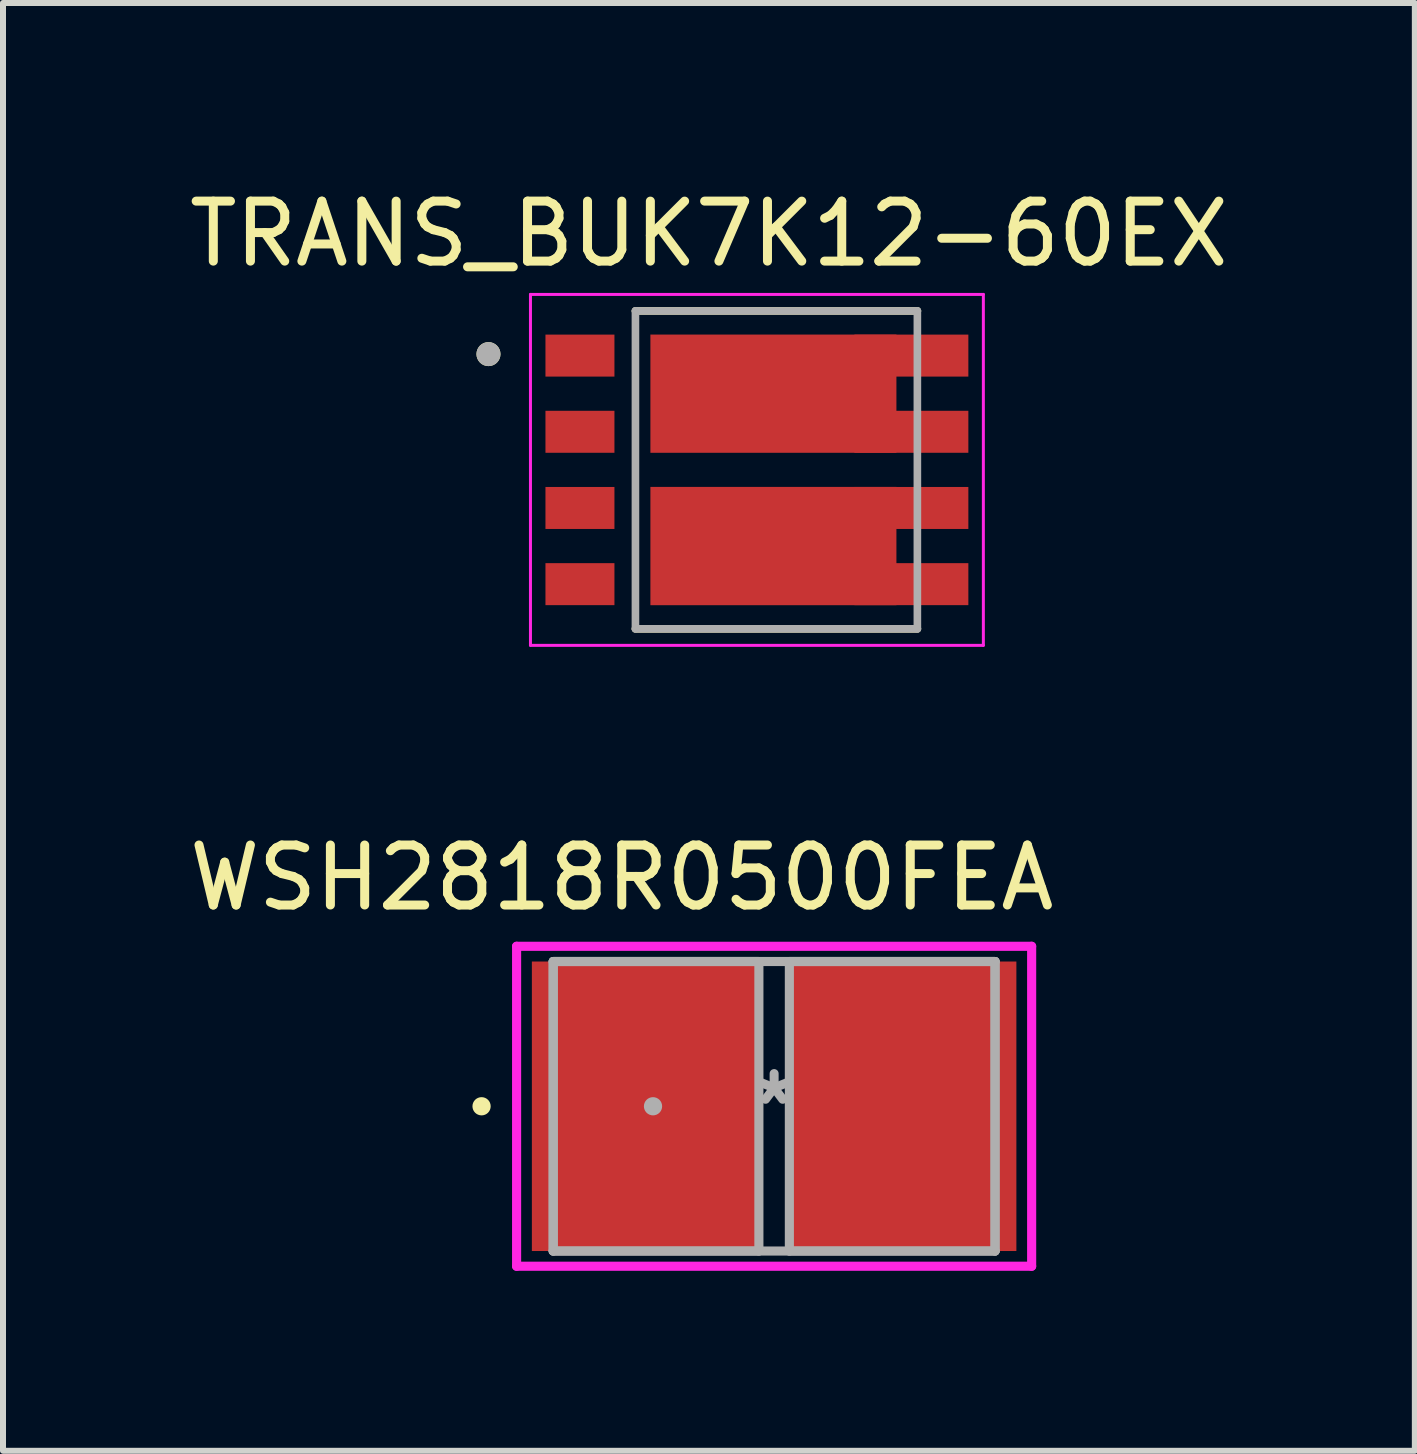
<source format=kicad_pcb>
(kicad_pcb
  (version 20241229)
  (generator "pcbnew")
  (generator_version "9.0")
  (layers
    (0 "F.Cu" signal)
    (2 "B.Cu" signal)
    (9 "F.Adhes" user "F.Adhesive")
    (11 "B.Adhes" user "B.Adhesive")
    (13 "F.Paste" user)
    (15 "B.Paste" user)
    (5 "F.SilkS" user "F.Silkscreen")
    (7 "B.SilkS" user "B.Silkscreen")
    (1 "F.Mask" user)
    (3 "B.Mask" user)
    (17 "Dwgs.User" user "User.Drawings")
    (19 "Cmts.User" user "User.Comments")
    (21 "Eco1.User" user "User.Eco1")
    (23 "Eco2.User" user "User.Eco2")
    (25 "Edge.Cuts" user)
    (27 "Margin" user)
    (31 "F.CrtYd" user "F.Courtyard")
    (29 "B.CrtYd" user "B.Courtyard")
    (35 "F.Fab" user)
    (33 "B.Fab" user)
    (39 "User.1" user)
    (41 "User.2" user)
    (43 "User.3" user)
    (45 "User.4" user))
  (footprint "TRANS_BUK7K12-60EX"
    (layer "F.Cu")
    (at 9.893 4.783)
    (property "Reference" "TRANS_BUK7K12-60EX" (at -1.125 -3.935 0) (layer "F.SilkS") (effects (font (size 1 1) (thickness 0.15))))
    (attr through_hole)
    (fp_poly (pts (xy 2 -0.285) (xy 2 -2.255) (xy -2.1 -2.255) (xy -2.1 -0.285)) (stroke (width 0.001) (type solid)) (fill yes) (layer "F.Cu"))
    (fp_poly (pts (xy 2 2.255) (xy 2 0.285) (xy -2.1 0.285) (xy -2.1 2.255)) (stroke (width 0.001) (type solid)) (fill yes) (layer "F.Cu"))
    (fp_poly (pts (xy 3.3 -0.185) (xy 3.3 -1.085) (xy 2.1 -1.085) (xy 2.1 -1.455) (xy 3.3 -1.455) (xy 3.3 -2.355) (xy -2.2 -2.355) (xy -2.2 -0.185)) (stroke (width 0.001) (type solid)) (fill yes) (layer "F.Mask"))
    (fp_poly (pts (xy 3.3 2.355) (xy 3.3 1.455) (xy 2.1 1.455) (xy 2.1 1.085) (xy 3.3 1.085) (xy 3.3 0.185) (xy -2.2 0.185) (xy -2.2 2.355)) (stroke (width 0.001) (type solid)) (fill yes) (layer "F.Mask"))
    (fp_line (start -2.35 2.65) (end 2.35 2.65) (stroke (width 0.127) (type solid)) (layer "F.SilkS"))
    (fp_line (start 2.35 -2.65) (end -2.35 -2.65) (stroke (width 0.127) (type solid)) (layer "F.SilkS"))
    (fp_circle (center -4.8 -1.93) (end -4.7 -1.93) (stroke (width 0.2) (type solid)) (fill no) (layer "F.SilkS"))
    (fp_poly (pts (xy -1.925 -1.77) (xy -0.825 -1.77) (xy -0.825 -0.77) (xy -1.925 -0.77)) (stroke (width 0.01) (type solid)) (fill yes) (layer "F.Paste"))
    (fp_poly (pts (xy -1.925 0.77) (xy -0.825 0.77) (xy -0.825 1.77) (xy -1.925 1.77)) (stroke (width 0.01) (type solid)) (fill yes) (layer "F.Paste"))
    (fp_poly (pts (xy -0.125 -1.77) (xy 0.975 -1.77) (xy 0.975 -0.77) (xy -0.125 -0.77)) (stroke (width 0.01) (type solid)) (fill yes) (layer "F.Paste"))
    (fp_poly (pts (xy -0.125 0.77) (xy 0.975 0.77) (xy 0.975 1.77) (xy -0.125 1.77)) (stroke (width 0.01) (type solid)) (fill yes) (layer "F.Paste"))
    (fp_line (start -4.1 -2.925) (end -4.1 2.925) (stroke (width 0.05) (type solid)) (layer "F.CrtYd"))
    (fp_line (start -4.1 2.925) (end 3.45 2.925) (stroke (width 0.05) (type solid)) (layer "F.CrtYd"))
    (fp_line (start 3.45 -2.925) (end -4.1 -2.925) (stroke (width 0.05) (type solid)) (layer "F.CrtYd"))
    (fp_line (start 3.45 2.925) (end 3.45 -2.925) (stroke (width 0.05) (type solid)) (layer "F.CrtYd"))
    (fp_line (start -2.35 -2.65) (end -2.35 2.65) (stroke (width 0.127) (type solid)) (layer "F.Fab"))
    (fp_line (start -2.35 2.65) (end 2.35 2.65) (stroke (width 0.127) (type solid)) (layer "F.Fab"))
    (fp_line (start 2.35 -2.65) (end -2.35 -2.65) (stroke (width 0.127) (type solid)) (layer "F.Fab"))
    (fp_line (start 2.35 2.65) (end 2.35 -2.65) (stroke (width 0.127) (type solid)) (layer "F.Fab"))
    (fp_circle (center -4.8 -1.93) (end -4.7 -1.93) (stroke (width 0.2) (type solid)) (fill no) (layer "F.Fab"))
    (pad "1" smd rect (at -3.275 -1.905) (size 1.15 0.7) (layers "F.Cu" "F.Mask" "F.Paste"))
    (pad "2" smd rect (at -3.275 -0.635) (size 1.15 0.7) (layers "F.Cu" "F.Mask" "F.Paste"))
    (pad "3" smd rect (at -3.275 0.635) (size 1.15 0.7) (layers "F.Cu" "F.Mask" "F.Paste"))
    (pad "4" smd rect (at -3.275 1.905) (size 1.15 0.7) (layers "F.Cu" "F.Mask" "F.Paste"))
    (pad "5" smd rect (at 2.25 1.905) (size 1.9 0.7) (layers "F.Cu" "F.Paste"))
    (pad "6" smd rect (at 2.25 0.635) (size 1.9 0.7) (layers "F.Cu" "F.Paste"))
    (pad "7" smd rect (at 2.25 -0.635) (size 1.9 0.7) (layers "F.Cu" "F.Paste"))
    (pad "8" smd rect (at 2.25 -1.905) (size 1.9 0.7) (layers "F.Cu" "F.Paste")))
  (footprint "WSH2818R0500FEA"
    (layer "F.Cu")
    (at 9.855 15.392)
    (property "Reference" "WSH2818R0500FEA" (at -2.54 -3.81 0) (layer "F.SilkS") (effects (font (size 1 1) (thickness 0.15))))
    (attr through_hole)
    (fp_circle (center -4.877 0) (end -4.801 0) (stroke (width 0.152) (type solid)) (fill no) (layer "F.SilkS"))
    (fp_line (start -4.293 -2.667) (end 4.293 -2.667) (stroke (width 0.152) (type solid)) (layer "F.CrtYd"))
    (fp_line (start -4.293 2.667) (end -4.293 -2.667) (stroke (width 0.152) (type solid)) (layer "F.CrtYd"))
    (fp_line (start 4.293 -2.667) (end 4.293 2.667) (stroke (width 0.152) (type solid)) (layer "F.CrtYd"))
    (fp_line (start 4.293 2.667) (end -4.293 2.667) (stroke (width 0.152) (type solid)) (layer "F.CrtYd"))
    (fp_line (start -3.683 -2.413) (end -3.683 2.413) (stroke (width 0.152) (type solid)) (layer "F.Fab"))
    (fp_line (start -3.683 -2.413) (end -3.683 2.413) (stroke (width 0.152) (type solid)) (layer "F.Fab"))
    (fp_line (start -3.683 2.413) (end -0.254 2.413) (stroke (width 0.152) (type solid)) (layer "F.Fab"))
    (fp_line (start -3.683 2.413) (end 3.683 2.413) (stroke (width 0.152) (type solid)) (layer "F.Fab"))
    (fp_line (start -0.254 -2.413) (end -3.683 -2.413) (stroke (width 0.152) (type solid)) (layer "F.Fab"))
    (fp_line (start -0.254 2.413) (end -0.254 -2.413) (stroke (width 0.152) (type solid)) (layer "F.Fab"))
    (fp_line (start 0.254 -2.413) (end 0.254 2.413) (stroke (width 0.152) (type solid)) (layer "F.Fab"))
    (fp_line (start 0.254 2.413) (end 3.683 2.413) (stroke (width 0.152) (type solid)) (layer "F.Fab"))
    (fp_line (start 3.683 -2.413) (end -3.683 -2.413) (stroke (width 0.152) (type solid)) (layer "F.Fab"))
    (fp_line (start 3.683 -2.413) (end 0.254 -2.413) (stroke (width 0.152) (type solid)) (layer "F.Fab"))
    (fp_line (start 3.683 2.413) (end 3.683 -2.413) (stroke (width 0.152) (type solid)) (layer "F.Fab"))
    (fp_line (start 3.683 2.413) (end 3.683 -2.413) (stroke (width 0.152) (type solid)) (layer "F.Fab"))
    (fp_circle (center -2.019 0) (end -1.943 0) (stroke (width 0.152) (type solid)) (fill no) (layer "F.Fab"))
    (fp_text user "*" (at 0 0 0) (layer "F.Fab") (effects (font (size 1 1) (thickness 0.15))))
    (pad "1" smd rect (at -2.146 0) (size 3.785 4.826) (layers "F.Cu" "F.Mask" "F.Paste"))
    (pad "2" smd rect (at 2.146 0) (size 3.785 4.826) (layers "F.Cu" "F.Mask" "F.Paste")))
  (gr_rect
    (start -3 -3)
    (end 20.536 21.135)
    (stroke (width 0.1) (type default))
    (fill no)
    (layer "Edge.Cuts")))
</source>
